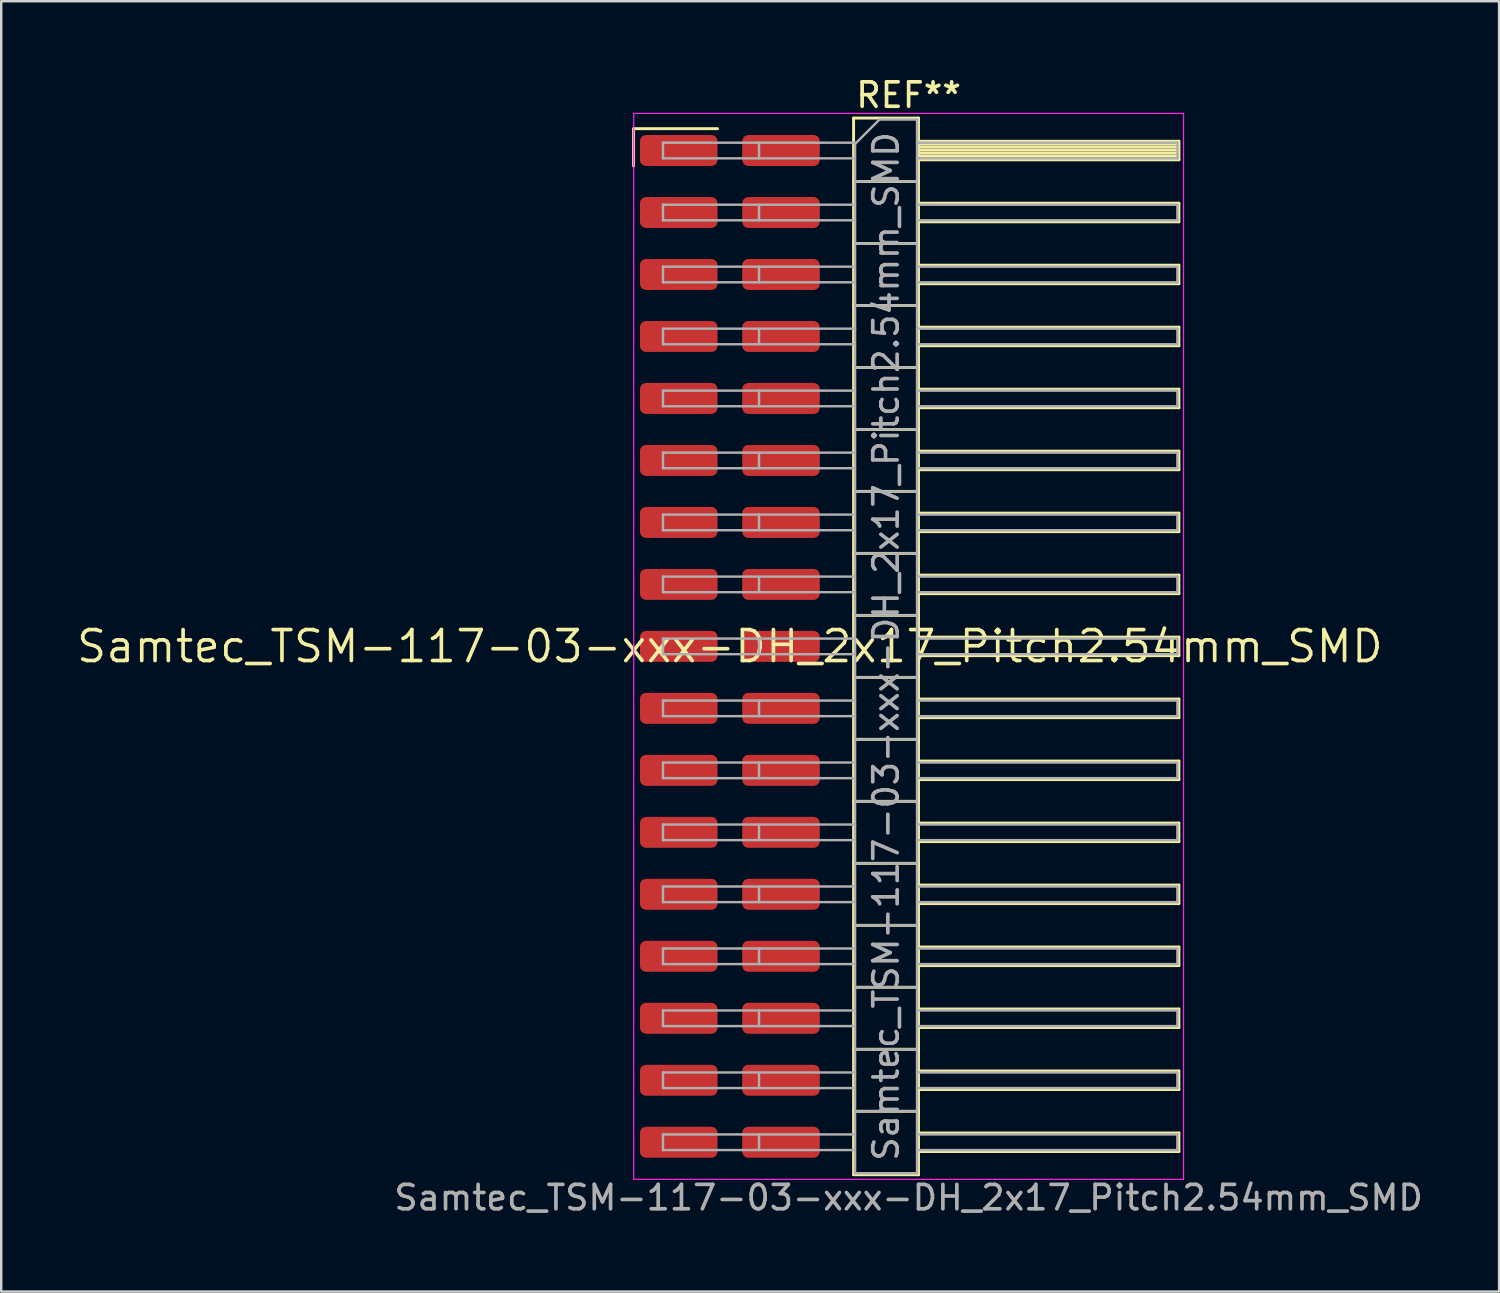
<source format=kicad_pcb>
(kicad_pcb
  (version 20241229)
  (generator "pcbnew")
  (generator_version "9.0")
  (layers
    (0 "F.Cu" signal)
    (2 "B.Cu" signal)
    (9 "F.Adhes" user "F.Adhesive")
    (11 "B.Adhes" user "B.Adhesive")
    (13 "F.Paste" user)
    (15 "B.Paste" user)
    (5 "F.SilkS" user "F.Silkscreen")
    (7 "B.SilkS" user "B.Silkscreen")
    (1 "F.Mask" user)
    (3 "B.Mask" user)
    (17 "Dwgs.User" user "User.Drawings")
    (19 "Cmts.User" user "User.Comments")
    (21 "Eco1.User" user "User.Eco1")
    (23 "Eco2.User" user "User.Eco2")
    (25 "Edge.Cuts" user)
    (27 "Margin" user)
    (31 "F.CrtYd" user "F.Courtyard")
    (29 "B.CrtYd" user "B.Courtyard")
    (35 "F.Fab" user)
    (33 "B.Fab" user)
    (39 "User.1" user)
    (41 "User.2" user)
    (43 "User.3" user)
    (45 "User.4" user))
  (footprint "Samtec_TSM-117-03-xxx-DH_2x17_Pitch2.54mm_SMD"
    (layer "F.Cu")
    (at 26.859 23.438)
    (property "Reference" "Samtec_TSM-117-03-xxx-DH_2x17_Pitch2.54mm_SMD" (at 0 0 0) (layer "F.SilkS") (effects (font (size 1.27 1.27) (thickness 0.15))))
    (attr smd)
    (fp_line (start -3.945 -21.215) (end -0.505 -21.215) (stroke (width 0.12) (type solid)) (layer "F.SilkS"))
    (fp_line (start -3.945 -19.685) (end -3.945 -21.215) (stroke (width 0.12) (type solid)) (layer "F.SilkS"))
    (fp_line (start 5.07 -21.65) (end 7.73 -21.65) (stroke (width 0.12) (type solid)) (layer "F.SilkS"))
    (fp_line (start 5.07 -19.05) (end 7.73 -19.05) (stroke (width 0.12) (type solid)) (layer "F.SilkS"))
    (fp_line (start 5.07 -16.51) (end 7.73 -16.51) (stroke (width 0.12) (type solid)) (layer "F.SilkS"))
    (fp_line (start 5.07 -13.97) (end 7.73 -13.97) (stroke (width 0.12) (type solid)) (layer "F.SilkS"))
    (fp_line (start 5.07 -11.43) (end 7.73 -11.43) (stroke (width 0.12) (type solid)) (layer "F.SilkS"))
    (fp_line (start 5.07 -8.89) (end 7.73 -8.89) (stroke (width 0.12) (type solid)) (layer "F.SilkS"))
    (fp_line (start 5.07 -6.35) (end 7.73 -6.35) (stroke (width 0.12) (type solid)) (layer "F.SilkS"))
    (fp_line (start 5.07 -3.81) (end 7.73 -3.81) (stroke (width 0.12) (type solid)) (layer "F.SilkS"))
    (fp_line (start 5.07 -1.27) (end 7.73 -1.27) (stroke (width 0.12) (type solid)) (layer "F.SilkS"))
    (fp_line (start 5.07 1.27) (end 7.73 1.27) (stroke (width 0.12) (type solid)) (layer "F.SilkS"))
    (fp_line (start 5.07 3.81) (end 7.73 3.81) (stroke (width 0.12) (type solid)) (layer "F.SilkS"))
    (fp_line (start 5.07 6.35) (end 7.73 6.35) (stroke (width 0.12) (type solid)) (layer "F.SilkS"))
    (fp_line (start 5.07 8.89) (end 7.73 8.89) (stroke (width 0.12) (type solid)) (layer "F.SilkS"))
    (fp_line (start 5.07 11.43) (end 7.73 11.43) (stroke (width 0.12) (type solid)) (layer "F.SilkS"))
    (fp_line (start 5.07 13.97) (end 7.73 13.97) (stroke (width 0.12) (type solid)) (layer "F.SilkS"))
    (fp_line (start 5.07 16.51) (end 7.73 16.51) (stroke (width 0.12) (type solid)) (layer "F.SilkS"))
    (fp_line (start 5.07 19.05) (end 7.73 19.05) (stroke (width 0.12) (type solid)) (layer "F.SilkS"))
    (fp_line (start 5.07 21.65) (end 5.07 -21.65) (stroke (width 0.12) (type solid)) (layer "F.SilkS"))
    (fp_line (start 7.73 -21.65) (end 7.73 21.65) (stroke (width 0.12) (type solid)) (layer "F.SilkS"))
    (fp_line (start 7.73 -20.7) (end 18.4 -20.7) (stroke (width 0.12) (type solid)) (layer "F.SilkS"))
    (fp_line (start 7.73 -20.58) (end 18.4 -20.58) (stroke (width 0.12) (type solid)) (layer "F.SilkS"))
    (fp_line (start 7.73 -20.46) (end 18.4 -20.46) (stroke (width 0.12) (type solid)) (layer "F.SilkS"))
    (fp_line (start 7.73 -20.34) (end 18.4 -20.34) (stroke (width 0.12) (type solid)) (layer "F.SilkS"))
    (fp_line (start 7.73 -20.22) (end 18.4 -20.22) (stroke (width 0.12) (type solid)) (layer "F.SilkS"))
    (fp_line (start 7.73 -20.1) (end 18.4 -20.1) (stroke (width 0.12) (type solid)) (layer "F.SilkS"))
    (fp_line (start 7.73 -19.98) (end 18.4 -19.98) (stroke (width 0.12) (type solid)) (layer "F.SilkS"))
    (fp_line (start 7.73 -19.94) (end 18.4 -19.94) (stroke (width 0.12) (type solid)) (layer "F.SilkS"))
    (fp_line (start 7.73 -18.16) (end 18.4 -18.16) (stroke (width 0.12) (type solid)) (layer "F.SilkS"))
    (fp_line (start 7.73 -17.4) (end 18.4 -17.4) (stroke (width 0.12) (type solid)) (layer "F.SilkS"))
    (fp_line (start 7.73 -15.62) (end 18.4 -15.62) (stroke (width 0.12) (type solid)) (layer "F.SilkS"))
    (fp_line (start 7.73 -14.86) (end 18.4 -14.86) (stroke (width 0.12) (type solid)) (layer "F.SilkS"))
    (fp_line (start 7.73 -13.08) (end 18.4 -13.08) (stroke (width 0.12) (type solid)) (layer "F.SilkS"))
    (fp_line (start 7.73 -12.32) (end 18.4 -12.32) (stroke (width 0.12) (type solid)) (layer "F.SilkS"))
    (fp_line (start 7.73 -10.54) (end 18.4 -10.54) (stroke (width 0.12) (type solid)) (layer "F.SilkS"))
    (fp_line (start 7.73 -9.78) (end 18.4 -9.78) (stroke (width 0.12) (type solid)) (layer "F.SilkS"))
    (fp_line (start 7.73 -8) (end 18.4 -8) (stroke (width 0.12) (type solid)) (layer "F.SilkS"))
    (fp_line (start 7.73 -7.24) (end 18.4 -7.24) (stroke (width 0.12) (type solid)) (layer "F.SilkS"))
    (fp_line (start 7.73 -5.46) (end 18.4 -5.46) (stroke (width 0.12) (type solid)) (layer "F.SilkS"))
    (fp_line (start 7.73 -4.7) (end 18.4 -4.7) (stroke (width 0.12) (type solid)) (layer "F.SilkS"))
    (fp_line (start 7.73 -2.92) (end 18.4 -2.92) (stroke (width 0.12) (type solid)) (layer "F.SilkS"))
    (fp_line (start 7.73 -2.16) (end 18.4 -2.16) (stroke (width 0.12) (type solid)) (layer "F.SilkS"))
    (fp_line (start 7.73 -0.38) (end 18.4 -0.38) (stroke (width 0.12) (type solid)) (layer "F.SilkS"))
    (fp_line (start 7.73 0.38) (end 18.4 0.38) (stroke (width 0.12) (type solid)) (layer "F.SilkS"))
    (fp_line (start 7.73 2.16) (end 18.4 2.16) (stroke (width 0.12) (type solid)) (layer "F.SilkS"))
    (fp_line (start 7.73 2.92) (end 18.4 2.92) (stroke (width 0.12) (type solid)) (layer "F.SilkS"))
    (fp_line (start 7.73 4.7) (end 18.4 4.7) (stroke (width 0.12) (type solid)) (layer "F.SilkS"))
    (fp_line (start 7.73 5.46) (end 18.4 5.46) (stroke (width 0.12) (type solid)) (layer "F.SilkS"))
    (fp_line (start 7.73 7.24) (end 18.4 7.24) (stroke (width 0.12) (type solid)) (layer "F.SilkS"))
    (fp_line (start 7.73 8) (end 18.4 8) (stroke (width 0.12) (type solid)) (layer "F.SilkS"))
    (fp_line (start 7.73 9.78) (end 18.4 9.78) (stroke (width 0.12) (type solid)) (layer "F.SilkS"))
    (fp_line (start 7.73 10.54) (end 18.4 10.54) (stroke (width 0.12) (type solid)) (layer "F.SilkS"))
    (fp_line (start 7.73 12.32) (end 18.4 12.32) (stroke (width 0.12) (type solid)) (layer "F.SilkS"))
    (fp_line (start 7.73 13.08) (end 18.4 13.08) (stroke (width 0.12) (type solid)) (layer "F.SilkS"))
    (fp_line (start 7.73 14.86) (end 18.4 14.86) (stroke (width 0.12) (type solid)) (layer "F.SilkS"))
    (fp_line (start 7.73 15.62) (end 18.4 15.62) (stroke (width 0.12) (type solid)) (layer "F.SilkS"))
    (fp_line (start 7.73 17.4) (end 18.4 17.4) (stroke (width 0.12) (type solid)) (layer "F.SilkS"))
    (fp_line (start 7.73 18.16) (end 18.4 18.16) (stroke (width 0.12) (type solid)) (layer "F.SilkS"))
    (fp_line (start 7.73 19.94) (end 18.4 19.94) (stroke (width 0.12) (type solid)) (layer "F.SilkS"))
    (fp_line (start 7.73 20.7) (end 18.4 20.7) (stroke (width 0.12) (type solid)) (layer "F.SilkS"))
    (fp_line (start 7.73 21.65) (end 5.07 21.65) (stroke (width 0.12) (type solid)) (layer "F.SilkS"))
    (fp_line (start 18.4 -20.7) (end 18.4 -19.94) (stroke (width 0.12) (type solid)) (layer "F.SilkS"))
    (fp_line (start 18.4 -18.16) (end 18.4 -17.4) (stroke (width 0.12) (type solid)) (layer "F.SilkS"))
    (fp_line (start 18.4 -15.62) (end 18.4 -14.86) (stroke (width 0.12) (type solid)) (layer "F.SilkS"))
    (fp_line (start 18.4 -13.08) (end 18.4 -12.32) (stroke (width 0.12) (type solid)) (layer "F.SilkS"))
    (fp_line (start 18.4 -10.54) (end 18.4 -9.78) (stroke (width 0.12) (type solid)) (layer "F.SilkS"))
    (fp_line (start 18.4 -8) (end 18.4 -7.24) (stroke (width 0.12) (type solid)) (layer "F.SilkS"))
    (fp_line (start 18.4 -5.46) (end 18.4 -4.7) (stroke (width 0.12) (type solid)) (layer "F.SilkS"))
    (fp_line (start 18.4 -2.92) (end 18.4 -2.16) (stroke (width 0.12) (type solid)) (layer "F.SilkS"))
    (fp_line (start 18.4 -0.38) (end 18.4 0.38) (stroke (width 0.12) (type solid)) (layer "F.SilkS"))
    (fp_line (start 18.4 2.16) (end 18.4 2.92) (stroke (width 0.12) (type solid)) (layer "F.SilkS"))
    (fp_line (start 18.4 4.7) (end 18.4 5.46) (stroke (width 0.12) (type solid)) (layer "F.SilkS"))
    (fp_line (start 18.4 7.24) (end 18.4 8) (stroke (width 0.12) (type solid)) (layer "F.SilkS"))
    (fp_line (start 18.4 9.78) (end 18.4 10.54) (stroke (width 0.12) (type solid)) (layer "F.SilkS"))
    (fp_line (start 18.4 12.32) (end 18.4 13.08) (stroke (width 0.12) (type solid)) (layer "F.SilkS"))
    (fp_line (start 18.4 14.86) (end 18.4 15.62) (stroke (width 0.12) (type solid)) (layer "F.SilkS"))
    (fp_line (start 18.4 17.4) (end 18.4 18.16) (stroke (width 0.12) (type solid)) (layer "F.SilkS"))
    (fp_line (start 18.4 19.94) (end 18.4 20.7) (stroke (width 0.12) (type solid)) (layer "F.SilkS"))
    (fp_line (start -3.94 -21.84) (end 18.59 -21.84) (stroke (width 0.05) (type solid)) (layer "F.CrtYd"))
    (fp_line (start -3.94 21.84) (end -3.94 -21.84) (stroke (width 0.05) (type solid)) (layer "F.CrtYd"))
    (fp_line (start 18.59 -21.84) (end 18.59 21.84) (stroke (width 0.05) (type solid)) (layer "F.CrtYd"))
    (fp_line (start 18.59 21.84) (end -3.94 21.84) (stroke (width 0.05) (type solid)) (layer "F.CrtYd"))
    (fp_line (start -2.74 -20.64) (end -2.74 -20) (stroke (width 0.1) (type solid)) (layer "F.Fab"))
    (fp_line (start -2.74 -20.64) (end 5.13 -20.64) (stroke (width 0.1) (type solid)) (layer "F.Fab"))
    (fp_line (start -2.74 -20) (end 5.13 -20) (stroke (width 0.1) (type solid)) (layer "F.Fab"))
    (fp_line (start -2.74 -18.1) (end -2.74 -17.46) (stroke (width 0.1) (type solid)) (layer "F.Fab"))
    (fp_line (start -2.74 -18.1) (end 5.13 -18.1) (stroke (width 0.1) (type solid)) (layer "F.Fab"))
    (fp_line (start -2.74 -17.46) (end 5.13 -17.46) (stroke (width 0.1) (type solid)) (layer "F.Fab"))
    (fp_line (start -2.74 -15.56) (end -2.74 -14.92) (stroke (width 0.1) (type solid)) (layer "F.Fab"))
    (fp_line (start -2.74 -15.56) (end 5.13 -15.56) (stroke (width 0.1) (type solid)) (layer "F.Fab"))
    (fp_line (start -2.74 -14.92) (end 5.13 -14.92) (stroke (width 0.1) (type solid)) (layer "F.Fab"))
    (fp_line (start -2.74 -13.02) (end -2.74 -12.38) (stroke (width 0.1) (type solid)) (layer "F.Fab"))
    (fp_line (start -2.74 -13.02) (end 5.13 -13.02) (stroke (width 0.1) (type solid)) (layer "F.Fab"))
    (fp_line (start -2.74 -12.38) (end 5.13 -12.38) (stroke (width 0.1) (type solid)) (layer "F.Fab"))
    (fp_line (start -2.74 -10.48) (end -2.74 -9.84) (stroke (width 0.1) (type solid)) (layer "F.Fab"))
    (fp_line (start -2.74 -10.48) (end 5.13 -10.48) (stroke (width 0.1) (type solid)) (layer "F.Fab"))
    (fp_line (start -2.74 -9.84) (end 5.13 -9.84) (stroke (width 0.1) (type solid)) (layer "F.Fab"))
    (fp_line (start -2.74 -7.94) (end -2.74 -7.3) (stroke (width 0.1) (type solid)) (layer "F.Fab"))
    (fp_line (start -2.74 -7.94) (end 5.13 -7.94) (stroke (width 0.1) (type solid)) (layer "F.Fab"))
    (fp_line (start -2.74 -7.3) (end 5.13 -7.3) (stroke (width 0.1) (type solid)) (layer "F.Fab"))
    (fp_line (start -2.74 -5.4) (end -2.74 -4.76) (stroke (width 0.1) (type solid)) (layer "F.Fab"))
    (fp_line (start -2.74 -5.4) (end 5.13 -5.4) (stroke (width 0.1) (type solid)) (layer "F.Fab"))
    (fp_line (start -2.74 -4.76) (end 5.13 -4.76) (stroke (width 0.1) (type solid)) (layer "F.Fab"))
    (fp_line (start -2.74 -2.86) (end -2.74 -2.22) (stroke (width 0.1) (type solid)) (layer "F.Fab"))
    (fp_line (start -2.74 -2.86) (end 5.13 -2.86) (stroke (width 0.1) (type solid)) (layer "F.Fab"))
    (fp_line (start -2.74 -2.22) (end 5.13 -2.22) (stroke (width 0.1) (type solid)) (layer "F.Fab"))
    (fp_line (start -2.74 -0.32) (end -2.74 0.32) (stroke (width 0.1) (type solid)) (layer "F.Fab"))
    (fp_line (start -2.74 -0.32) (end 5.13 -0.32) (stroke (width 0.1) (type solid)) (layer "F.Fab"))
    (fp_line (start -2.74 0.32) (end 5.13 0.32) (stroke (width 0.1) (type solid)) (layer "F.Fab"))
    (fp_line (start -2.74 2.22) (end -2.74 2.86) (stroke (width 0.1) (type solid)) (layer "F.Fab"))
    (fp_line (start -2.74 2.22) (end 5.13 2.22) (stroke (width 0.1) (type solid)) (layer "F.Fab"))
    (fp_line (start -2.74 2.86) (end 5.13 2.86) (stroke (width 0.1) (type solid)) (layer "F.Fab"))
    (fp_line (start -2.74 4.76) (end -2.74 5.4) (stroke (width 0.1) (type solid)) (layer "F.Fab"))
    (fp_line (start -2.74 4.76) (end 5.13 4.76) (stroke (width 0.1) (type solid)) (layer "F.Fab"))
    (fp_line (start -2.74 5.4) (end 5.13 5.4) (stroke (width 0.1) (type solid)) (layer "F.Fab"))
    (fp_line (start -2.74 7.3) (end -2.74 7.94) (stroke (width 0.1) (type solid)) (layer "F.Fab"))
    (fp_line (start -2.74 7.3) (end 5.13 7.3) (stroke (width 0.1) (type solid)) (layer "F.Fab"))
    (fp_line (start -2.74 7.94) (end 5.13 7.94) (stroke (width 0.1) (type solid)) (layer "F.Fab"))
    (fp_line (start -2.74 9.84) (end -2.74 10.48) (stroke (width 0.1) (type solid)) (layer "F.Fab"))
    (fp_line (start -2.74 9.84) (end 5.13 9.84) (stroke (width 0.1) (type solid)) (layer "F.Fab"))
    (fp_line (start -2.74 10.48) (end 5.13 10.48) (stroke (width 0.1) (type solid)) (layer "F.Fab"))
    (fp_line (start -2.74 12.38) (end -2.74 13.02) (stroke (width 0.1) (type solid)) (layer "F.Fab"))
    (fp_line (start -2.74 12.38) (end 5.13 12.38) (stroke (width 0.1) (type solid)) (layer "F.Fab"))
    (fp_line (start -2.74 13.02) (end 5.13 13.02) (stroke (width 0.1) (type solid)) (layer "F.Fab"))
    (fp_line (start -2.74 14.92) (end -2.74 15.56) (stroke (width 0.1) (type solid)) (layer "F.Fab"))
    (fp_line (start -2.74 14.92) (end 5.13 14.92) (stroke (width 0.1) (type solid)) (layer "F.Fab"))
    (fp_line (start -2.74 15.56) (end 5.13 15.56) (stroke (width 0.1) (type solid)) (layer "F.Fab"))
    (fp_line (start -2.74 17.46) (end -2.74 18.1) (stroke (width 0.1) (type solid)) (layer "F.Fab"))
    (fp_line (start -2.74 17.46) (end 5.13 17.46) (stroke (width 0.1) (type solid)) (layer "F.Fab"))
    (fp_line (start -2.74 18.1) (end 5.13 18.1) (stroke (width 0.1) (type solid)) (layer "F.Fab"))
    (fp_line (start -2.74 20) (end -2.74 20.64) (stroke (width 0.1) (type solid)) (layer "F.Fab"))
    (fp_line (start -2.74 20) (end 5.13 20) (stroke (width 0.1) (type solid)) (layer "F.Fab"))
    (fp_line (start -2.74 20.64) (end 5.13 20.64) (stroke (width 0.1) (type solid)) (layer "F.Fab"))
    (fp_line (start 1.195 -20.64) (end 1.195 -20) (stroke (width 0.1) (type solid)) (layer "F.Fab"))
    (fp_line (start 1.195 -18.1) (end 1.195 -17.46) (stroke (width 0.1) (type solid)) (layer "F.Fab"))
    (fp_line (start 1.195 -15.56) (end 1.195 -14.92) (stroke (width 0.1) (type solid)) (layer "F.Fab"))
    (fp_line (start 1.195 -13.02) (end 1.195 -12.38) (stroke (width 0.1) (type solid)) (layer "F.Fab"))
    (fp_line (start 1.195 -10.48) (end 1.195 -9.84) (stroke (width 0.1) (type solid)) (layer "F.Fab"))
    (fp_line (start 1.195 -7.94) (end 1.195 -7.3) (stroke (width 0.1) (type solid)) (layer "F.Fab"))
    (fp_line (start 1.195 -5.4) (end 1.195 -4.76) (stroke (width 0.1) (type solid)) (layer "F.Fab"))
    (fp_line (start 1.195 -2.86) (end 1.195 -2.22) (stroke (width 0.1) (type solid)) (layer "F.Fab"))
    (fp_line (start 1.195 -0.32) (end 1.195 0.32) (stroke (width 0.1) (type solid)) (layer "F.Fab"))
    (fp_line (start 1.195 2.22) (end 1.195 2.86) (stroke (width 0.1) (type solid)) (layer "F.Fab"))
    (fp_line (start 1.195 4.76) (end 1.195 5.4) (stroke (width 0.1) (type solid)) (layer "F.Fab"))
    (fp_line (start 1.195 7.3) (end 1.195 7.94) (stroke (width 0.1) (type solid)) (layer "F.Fab"))
    (fp_line (start 1.195 9.84) (end 1.195 10.48) (stroke (width 0.1) (type solid)) (layer "F.Fab"))
    (fp_line (start 1.195 12.38) (end 1.195 13.02) (stroke (width 0.1) (type solid)) (layer "F.Fab"))
    (fp_line (start 1.195 14.92) (end 1.195 15.56) (stroke (width 0.1) (type solid)) (layer "F.Fab"))
    (fp_line (start 1.195 17.46) (end 1.195 18.1) (stroke (width 0.1) (type solid)) (layer "F.Fab"))
    (fp_line (start 1.195 20) (end 1.195 20.64) (stroke (width 0.1) (type solid)) (layer "F.Fab"))
    (fp_line (start 5.13 -20.59) (end 6.13 -21.59) (stroke (width 0.1) (type solid)) (layer "F.Fab"))
    (fp_line (start 5.13 -19.05) (end 7.67 -19.05) (stroke (width 0.1) (type solid)) (layer "F.Fab"))
    (fp_line (start 5.13 -16.51) (end 7.67 -16.51) (stroke (width 0.1) (type solid)) (layer "F.Fab"))
    (fp_line (start 5.13 -13.97) (end 7.67 -13.97) (stroke (width 0.1) (type solid)) (layer "F.Fab"))
    (fp_line (start 5.13 -11.43) (end 7.67 -11.43) (stroke (width 0.1) (type solid)) (layer "F.Fab"))
    (fp_line (start 5.13 -8.89) (end 7.67 -8.89) (stroke (width 0.1) (type solid)) (layer "F.Fab"))
    (fp_line (start 5.13 -6.35) (end 7.67 -6.35) (stroke (width 0.1) (type solid)) (layer "F.Fab"))
    (fp_line (start 5.13 -3.81) (end 7.67 -3.81) (stroke (width 0.1) (type solid)) (layer "F.Fab"))
    (fp_line (start 5.13 -1.27) (end 7.67 -1.27) (stroke (width 0.1) (type solid)) (layer "F.Fab"))
    (fp_line (start 5.13 1.27) (end 7.67 1.27) (stroke (width 0.1) (type solid)) (layer "F.Fab"))
    (fp_line (start 5.13 3.81) (end 7.67 3.81) (stroke (width 0.1) (type solid)) (layer "F.Fab"))
    (fp_line (start 5.13 6.35) (end 7.67 6.35) (stroke (width 0.1) (type solid)) (layer "F.Fab"))
    (fp_line (start 5.13 8.89) (end 7.67 8.89) (stroke (width 0.1) (type solid)) (layer "F.Fab"))
    (fp_line (start 5.13 11.43) (end 7.67 11.43) (stroke (width 0.1) (type solid)) (layer "F.Fab"))
    (fp_line (start 5.13 13.97) (end 7.67 13.97) (stroke (width 0.1) (type solid)) (layer "F.Fab"))
    (fp_line (start 5.13 16.51) (end 7.67 16.51) (stroke (width 0.1) (type solid)) (layer "F.Fab"))
    (fp_line (start 5.13 19.05) (end 7.67 19.05) (stroke (width 0.1) (type solid)) (layer "F.Fab"))
    (fp_line (start 5.13 21.59) (end 5.13 -20.59) (stroke (width 0.1) (type solid)) (layer "F.Fab"))
    (fp_line (start 6.13 -21.59) (end 7.67 -21.59) (stroke (width 0.1) (type solid)) (layer "F.Fab"))
    (fp_line (start 7.67 -21.59) (end 7.67 21.59) (stroke (width 0.1) (type solid)) (layer "F.Fab"))
    (fp_line (start 7.67 -20.64) (end 18.34 -20.64) (stroke (width 0.1) (type solid)) (layer "F.Fab"))
    (fp_line (start 7.67 -20) (end 18.34 -20) (stroke (width 0.1) (type solid)) (layer "F.Fab"))
    (fp_line (start 7.67 -18.1) (end 18.34 -18.1) (stroke (width 0.1) (type solid)) (layer "F.Fab"))
    (fp_line (start 7.67 -17.46) (end 18.34 -17.46) (stroke (width 0.1) (type solid)) (layer "F.Fab"))
    (fp_line (start 7.67 -15.56) (end 18.34 -15.56) (stroke (width 0.1) (type solid)) (layer "F.Fab"))
    (fp_line (start 7.67 -14.92) (end 18.34 -14.92) (stroke (width 0.1) (type solid)) (layer "F.Fab"))
    (fp_line (start 7.67 -13.02) (end 18.34 -13.02) (stroke (width 0.1) (type solid)) (layer "F.Fab"))
    (fp_line (start 7.67 -12.38) (end 18.34 -12.38) (stroke (width 0.1) (type solid)) (layer "F.Fab"))
    (fp_line (start 7.67 -10.48) (end 18.34 -10.48) (stroke (width 0.1) (type solid)) (layer "F.Fab"))
    (fp_line (start 7.67 -9.84) (end 18.34 -9.84) (stroke (width 0.1) (type solid)) (layer "F.Fab"))
    (fp_line (start 7.67 -7.94) (end 18.34 -7.94) (stroke (width 0.1) (type solid)) (layer "F.Fab"))
    (fp_line (start 7.67 -7.3) (end 18.34 -7.3) (stroke (width 0.1) (type solid)) (layer "F.Fab"))
    (fp_line (start 7.67 -5.4) (end 18.34 -5.4) (stroke (width 0.1) (type solid)) (layer "F.Fab"))
    (fp_line (start 7.67 -4.76) (end 18.34 -4.76) (stroke (width 0.1) (type solid)) (layer "F.Fab"))
    (fp_line (start 7.67 -2.86) (end 18.34 -2.86) (stroke (width 0.1) (type solid)) (layer "F.Fab"))
    (fp_line (start 7.67 -2.22) (end 18.34 -2.22) (stroke (width 0.1) (type solid)) (layer "F.Fab"))
    (fp_line (start 7.67 -0.32) (end 18.34 -0.32) (stroke (width 0.1) (type solid)) (layer "F.Fab"))
    (fp_line (start 7.67 0.32) (end 18.34 0.32) (stroke (width 0.1) (type solid)) (layer "F.Fab"))
    (fp_line (start 7.67 2.22) (end 18.34 2.22) (stroke (width 0.1) (type solid)) (layer "F.Fab"))
    (fp_line (start 7.67 2.86) (end 18.34 2.86) (stroke (width 0.1) (type solid)) (layer "F.Fab"))
    (fp_line (start 7.67 4.76) (end 18.34 4.76) (stroke (width 0.1) (type solid)) (layer "F.Fab"))
    (fp_line (start 7.67 5.4) (end 18.34 5.4) (stroke (width 0.1) (type solid)) (layer "F.Fab"))
    (fp_line (start 7.67 7.3) (end 18.34 7.3) (stroke (width 0.1) (type solid)) (layer "F.Fab"))
    (fp_line (start 7.67 7.94) (end 18.34 7.94) (stroke (width 0.1) (type solid)) (layer "F.Fab"))
    (fp_line (start 7.67 9.84) (end 18.34 9.84) (stroke (width 0.1) (type solid)) (layer "F.Fab"))
    (fp_line (start 7.67 10.48) (end 18.34 10.48) (stroke (width 0.1) (type solid)) (layer "F.Fab"))
    (fp_line (start 7.67 12.38) (end 18.34 12.38) (stroke (width 0.1) (type solid)) (layer "F.Fab"))
    (fp_line (start 7.67 13.02) (end 18.34 13.02) (stroke (width 0.1) (type solid)) (layer "F.Fab"))
    (fp_line (start 7.67 14.92) (end 18.34 14.92) (stroke (width 0.1) (type solid)) (layer "F.Fab"))
    (fp_line (start 7.67 15.56) (end 18.34 15.56) (stroke (width 0.1) (type solid)) (layer "F.Fab"))
    (fp_line (start 7.67 17.46) (end 18.34 17.46) (stroke (width 0.1) (type solid)) (layer "F.Fab"))
    (fp_line (start 7.67 18.1) (end 18.34 18.1) (stroke (width 0.1) (type solid)) (layer "F.Fab"))
    (fp_line (start 7.67 20) (end 18.34 20) (stroke (width 0.1) (type solid)) (layer "F.Fab"))
    (fp_line (start 7.67 20.64) (end 18.34 20.64) (stroke (width 0.1) (type solid)) (layer "F.Fab"))
    (fp_line (start 7.67 21.59) (end 5.13 21.59) (stroke (width 0.1) (type solid)) (layer "F.Fab"))
    (fp_line (start 18.34 -20.64) (end 18.34 -20) (stroke (width 0.1) (type solid)) (layer "F.Fab"))
    (fp_line (start 18.34 -18.1) (end 18.34 -17.46) (stroke (width 0.1) (type solid)) (layer "F.Fab"))
    (fp_line (start 18.34 -15.56) (end 18.34 -14.92) (stroke (width 0.1) (type solid)) (layer "F.Fab"))
    (fp_line (start 18.34 -13.02) (end 18.34 -12.38) (stroke (width 0.1) (type solid)) (layer "F.Fab"))
    (fp_line (start 18.34 -10.48) (end 18.34 -9.84) (stroke (width 0.1) (type solid)) (layer "F.Fab"))
    (fp_line (start 18.34 -7.94) (end 18.34 -7.3) (stroke (width 0.1) (type solid)) (layer "F.Fab"))
    (fp_line (start 18.34 -5.4) (end 18.34 -4.76) (stroke (width 0.1) (type solid)) (layer "F.Fab"))
    (fp_line (start 18.34 -2.86) (end 18.34 -2.22) (stroke (width 0.1) (type solid)) (layer "F.Fab"))
    (fp_line (start 18.34 -0.32) (end 18.34 0.32) (stroke (width 0.1) (type solid)) (layer "F.Fab"))
    (fp_line (start 18.34 2.22) (end 18.34 2.86) (stroke (width 0.1) (type solid)) (layer "F.Fab"))
    (fp_line (start 18.34 4.76) (end 18.34 5.4) (stroke (width 0.1) (type solid)) (layer "F.Fab"))
    (fp_line (start 18.34 7.3) (end 18.34 7.94) (stroke (width 0.1) (type solid)) (layer "F.Fab"))
    (fp_line (start 18.34 9.84) (end 18.34 10.48) (stroke (width 0.1) (type solid)) (layer "F.Fab"))
    (fp_line (start 18.34 12.38) (end 18.34 13.02) (stroke (width 0.1) (type solid)) (layer "F.Fab"))
    (fp_line (start 18.34 14.92) (end 18.34 15.56) (stroke (width 0.1) (type solid)) (layer "F.Fab"))
    (fp_line (start 18.34 17.46) (end 18.34 18.1) (stroke (width 0.1) (type solid)) (layer "F.Fab"))
    (fp_line (start 18.34 20) (end 18.34 20.64) (stroke (width 0.1) (type solid)) (layer "F.Fab"))
    (fp_text user "REF**" (at 7.325 -22.59 0) (layer "F.SilkS") (effects (font (size 1 1) (thickness 0.15))))
    (fp_text user "${REFERENCE}" (at 6.4 0 90) (layer "F.Fab") (effects (font (size 1 1) (thickness 0.15))))
    (fp_text user "Samtec_TSM-117-03-xxx-DH_2x17_Pitch2.54mm_SMD" (at 7.325 22.59 0) (layer "F.Fab") (effects (font (size 1 1) (thickness 0.15))))
    (pad "1" smd roundrect (at -2.095 -20.32) (size 3.18 1.27) (layers "F.Cu" "F.Mask" "F.Paste") (roundrect_rratio 0.197))
    (pad "2" smd roundrect (at 2.095 -20.32) (size 3.18 1.27) (layers "F.Cu" "F.Mask" "F.Paste") (roundrect_rratio 0.197))
    (pad "3" smd roundrect (at -2.095 -17.78) (size 3.18 1.27) (layers "F.Cu" "F.Mask" "F.Paste") (roundrect_rratio 0.197))
    (pad "4" smd roundrect (at 2.095 -17.78) (size 3.18 1.27) (layers "F.Cu" "F.Mask" "F.Paste") (roundrect_rratio 0.197))
    (pad "5" smd roundrect (at -2.095 -15.24) (size 3.18 1.27) (layers "F.Cu" "F.Mask" "F.Paste") (roundrect_rratio 0.197))
    (pad "6" smd roundrect (at 2.095 -15.24) (size 3.18 1.27) (layers "F.Cu" "F.Mask" "F.Paste") (roundrect_rratio 0.197))
    (pad "7" smd roundrect (at -2.095 -12.7) (size 3.18 1.27) (layers "F.Cu" "F.Mask" "F.Paste") (roundrect_rratio 0.197))
    (pad "8" smd roundrect (at 2.095 -12.7) (size 3.18 1.27) (layers "F.Cu" "F.Mask" "F.Paste") (roundrect_rratio 0.197))
    (pad "9" smd roundrect (at -2.095 -10.16) (size 3.18 1.27) (layers "F.Cu" "F.Mask" "F.Paste") (roundrect_rratio 0.197))
    (pad "10" smd roundrect (at 2.095 -10.16) (size 3.18 1.27) (layers "F.Cu" "F.Mask" "F.Paste") (roundrect_rratio 0.197))
    (pad "11" smd roundrect (at -2.095 -7.62) (size 3.18 1.27) (layers "F.Cu" "F.Mask" "F.Paste") (roundrect_rratio 0.197))
    (pad "12" smd roundrect (at 2.095 -7.62) (size 3.18 1.27) (layers "F.Cu" "F.Mask" "F.Paste") (roundrect_rratio 0.197))
    (pad "13" smd roundrect (at -2.095 -5.08) (size 3.18 1.27) (layers "F.Cu" "F.Mask" "F.Paste") (roundrect_rratio 0.197))
    (pad "14" smd roundrect (at 2.095 -5.08) (size 3.18 1.27) (layers "F.Cu" "F.Mask" "F.Paste") (roundrect_rratio 0.197))
    (pad "15" smd roundrect (at -2.095 -2.54) (size 3.18 1.27) (layers "F.Cu" "F.Mask" "F.Paste") (roundrect_rratio 0.197))
    (pad "16" smd roundrect (at 2.095 -2.54) (size 3.18 1.27) (layers "F.Cu" "F.Mask" "F.Paste") (roundrect_rratio 0.197))
    (pad "17" smd roundrect (at -2.095 0) (size 3.18 1.27) (layers "F.Cu" "F.Mask" "F.Paste") (roundrect_rratio 0.197))
    (pad "18" smd roundrect (at 2.095 0) (size 3.18 1.27) (layers "F.Cu" "F.Mask" "F.Paste") (roundrect_rratio 0.197))
    (pad "19" smd roundrect (at -2.095 2.54) (size 3.18 1.27) (layers "F.Cu" "F.Mask" "F.Paste") (roundrect_rratio 0.197))
    (pad "20" smd roundrect (at 2.095 2.54) (size 3.18 1.27) (layers "F.Cu" "F.Mask" "F.Paste") (roundrect_rratio 0.197))
    (pad "21" smd roundrect (at -2.095 5.08) (size 3.18 1.27) (layers "F.Cu" "F.Mask" "F.Paste") (roundrect_rratio 0.197))
    (pad "22" smd roundrect (at 2.095 5.08) (size 3.18 1.27) (layers "F.Cu" "F.Mask" "F.Paste") (roundrect_rratio 0.197))
    (pad "23" smd roundrect (at -2.095 7.62) (size 3.18 1.27) (layers "F.Cu" "F.Mask" "F.Paste") (roundrect_rratio 0.197))
    (pad "24" smd roundrect (at 2.095 7.62) (size 3.18 1.27) (layers "F.Cu" "F.Mask" "F.Paste") (roundrect_rratio 0.197))
    (pad "25" smd roundrect (at -2.095 10.16) (size 3.18 1.27) (layers "F.Cu" "F.Mask" "F.Paste") (roundrect_rratio 0.197))
    (pad "26" smd roundrect (at 2.095 10.16) (size 3.18 1.27) (layers "F.Cu" "F.Mask" "F.Paste") (roundrect_rratio 0.197))
    (pad "27" smd roundrect (at -2.095 12.7) (size 3.18 1.27) (layers "F.Cu" "F.Mask" "F.Paste") (roundrect_rratio 0.197))
    (pad "28" smd roundrect (at 2.095 12.7) (size 3.18 1.27) (layers "F.Cu" "F.Mask" "F.Paste") (roundrect_rratio 0.197))
    (pad "29" smd roundrect (at -2.095 15.24) (size 3.18 1.27) (layers "F.Cu" "F.Mask" "F.Paste") (roundrect_rratio 0.197))
    (pad "30" smd roundrect (at 2.095 15.24) (size 3.18 1.27) (layers "F.Cu" "F.Mask" "F.Paste") (roundrect_rratio 0.197))
    (pad "31" smd roundrect (at -2.095 17.78) (size 3.18 1.27) (layers "F.Cu" "F.Mask" "F.Paste") (roundrect_rratio 0.197))
    (pad "32" smd roundrect (at 2.095 17.78) (size 3.18 1.27) (layers "F.Cu" "F.Mask" "F.Paste") (roundrect_rratio 0.197))
    (pad "33" smd roundrect (at -2.095 20.32) (size 3.18 1.27) (layers "F.Cu" "F.Mask" "F.Paste") (roundrect_rratio 0.197))
    (pad "34" smd roundrect (at 2.095 20.32) (size 3.18 1.27) (layers "F.Cu" "F.Mask" "F.Paste") (roundrect_rratio 0.197)))
  (gr_rect
    (start -3 -3)
    (end 58.38 49.877)
    (stroke (width 0.1) (type default))
    (fill no)
    (layer "Edge.Cuts")))
</source>
